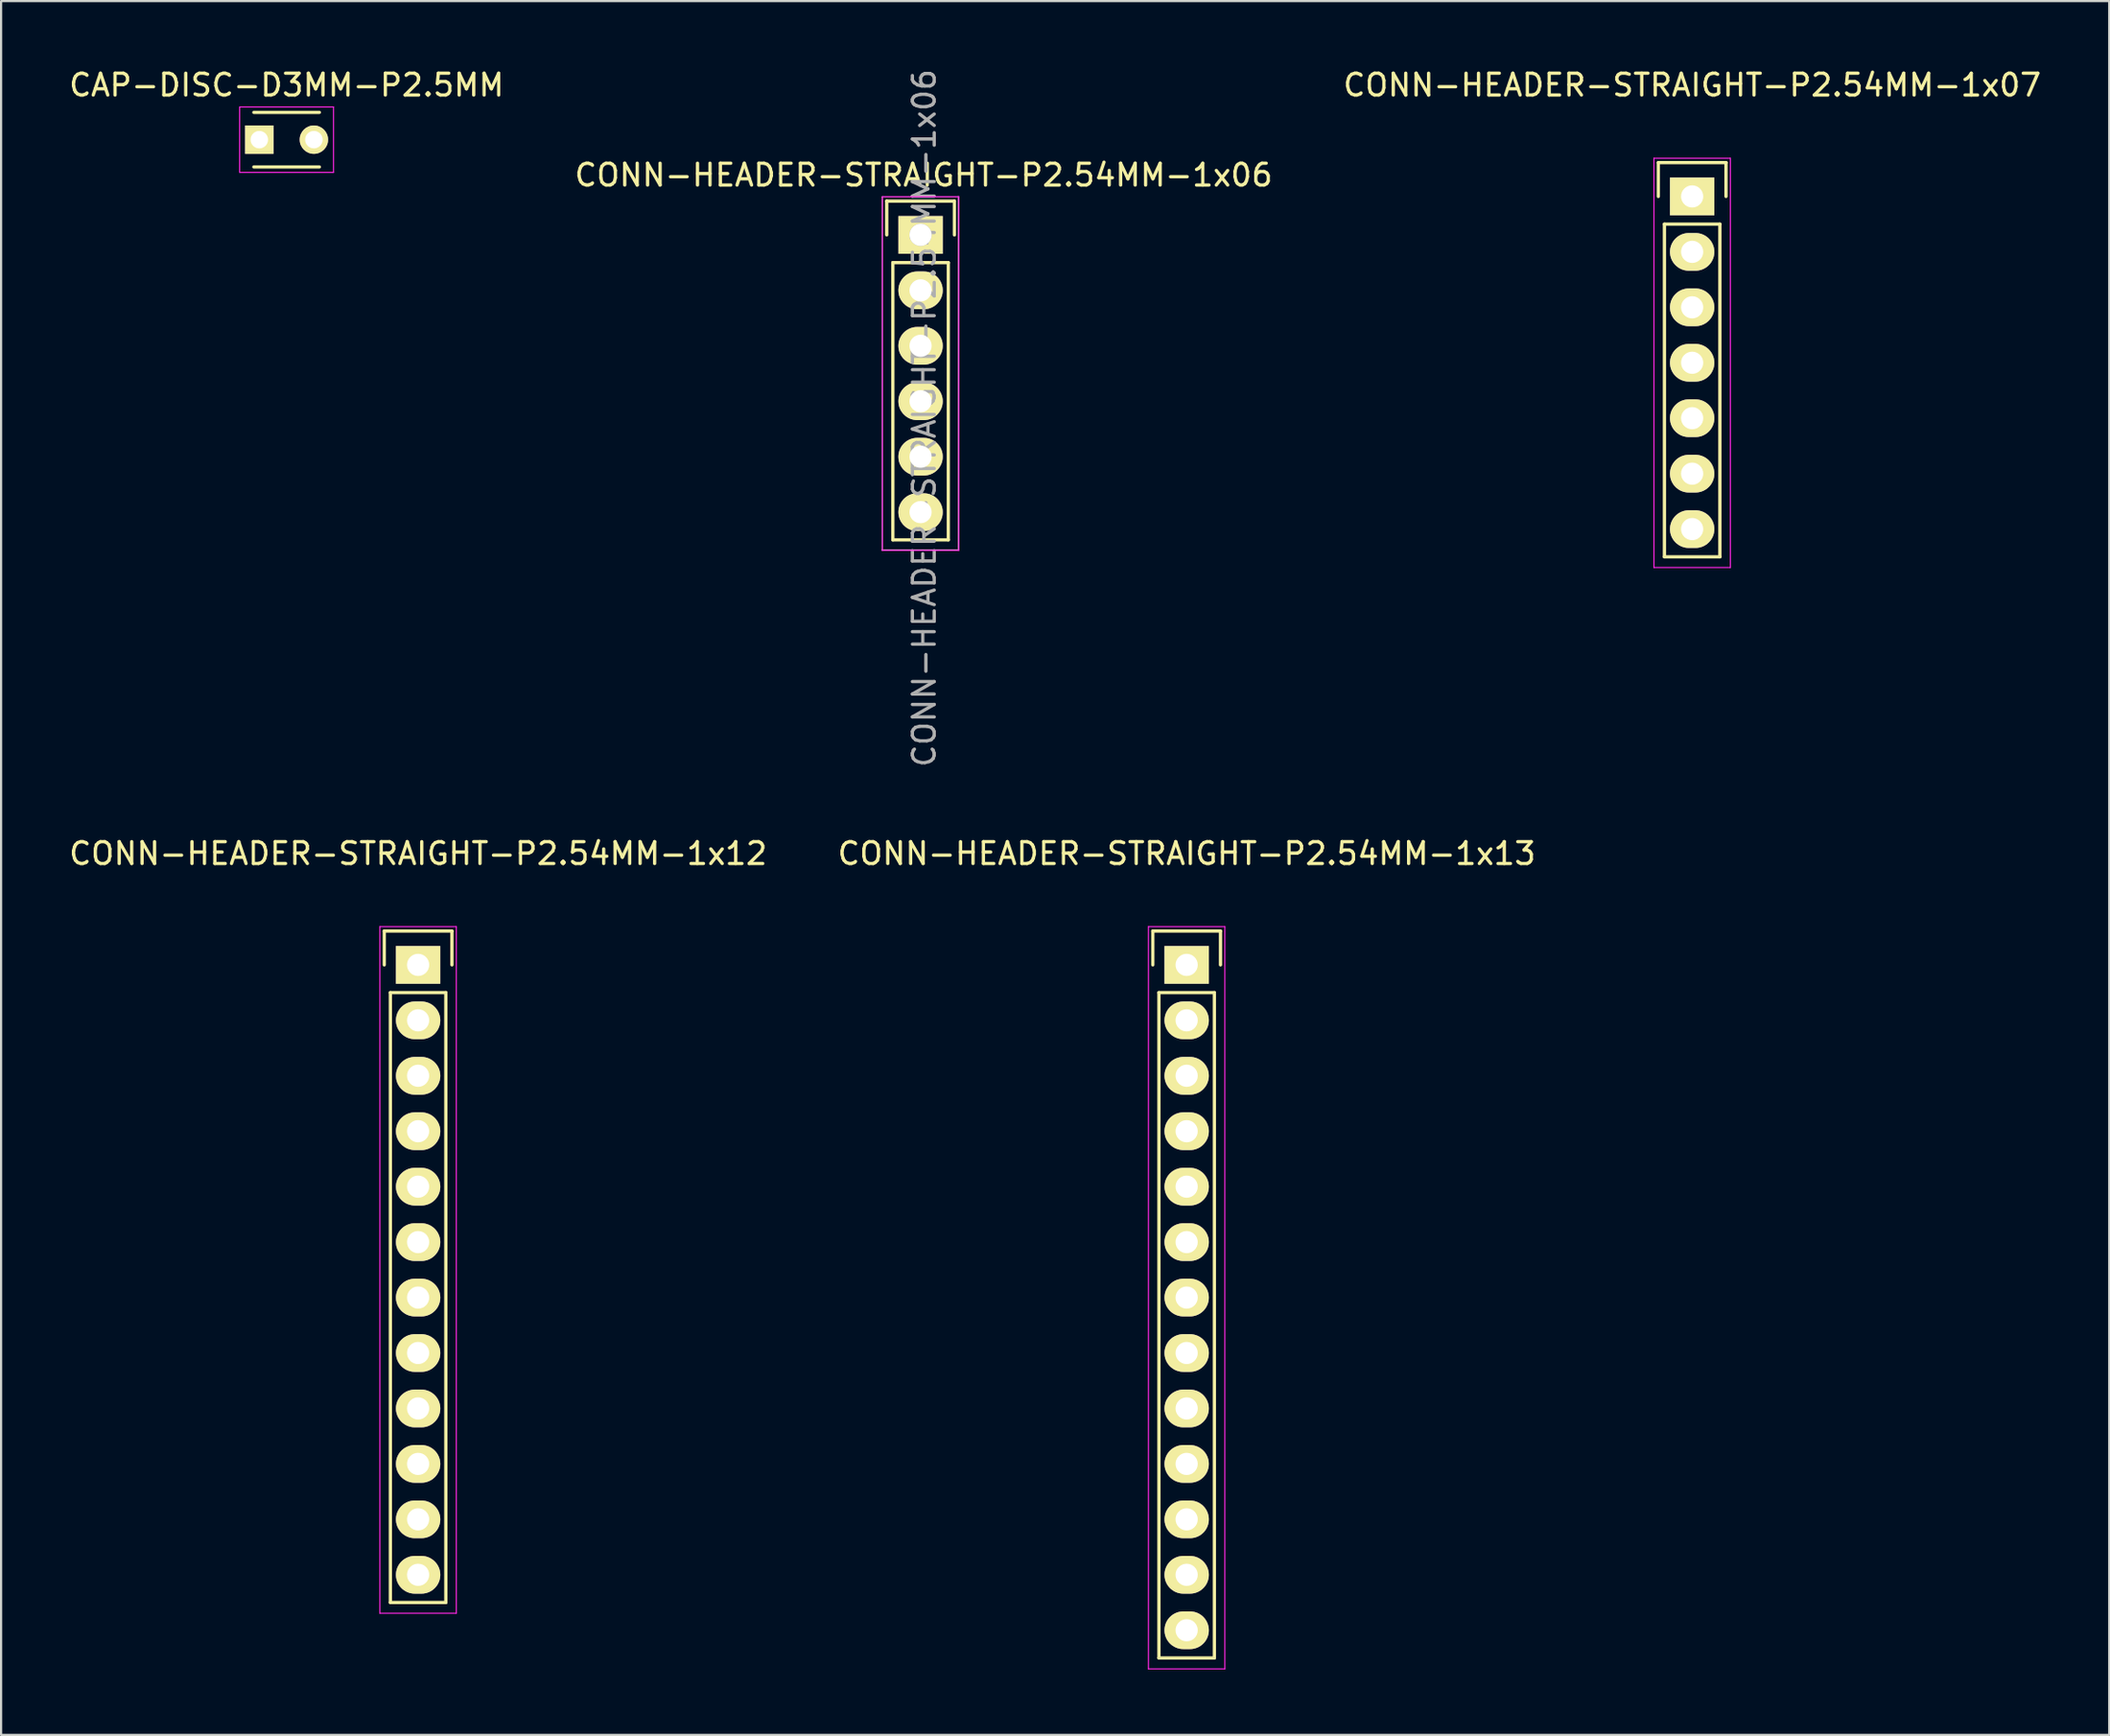
<source format=kicad_pcb>
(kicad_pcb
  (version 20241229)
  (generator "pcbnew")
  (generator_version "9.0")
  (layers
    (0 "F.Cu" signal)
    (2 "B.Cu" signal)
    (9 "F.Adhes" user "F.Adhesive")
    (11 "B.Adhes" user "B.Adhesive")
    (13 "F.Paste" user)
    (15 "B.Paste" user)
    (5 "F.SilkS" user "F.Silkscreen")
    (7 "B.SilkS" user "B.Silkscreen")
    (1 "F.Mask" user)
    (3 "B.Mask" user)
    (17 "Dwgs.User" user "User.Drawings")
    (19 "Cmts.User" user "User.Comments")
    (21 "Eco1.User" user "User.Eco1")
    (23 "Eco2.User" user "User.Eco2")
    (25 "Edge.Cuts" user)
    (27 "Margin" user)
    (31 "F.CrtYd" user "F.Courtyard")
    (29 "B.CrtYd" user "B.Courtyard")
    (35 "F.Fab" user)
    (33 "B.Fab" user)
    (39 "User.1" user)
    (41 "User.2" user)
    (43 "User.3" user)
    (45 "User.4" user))
  (footprint "CONN-HEADER-STRAIGHT-P2.54MM-1x13"
    (layer "F.Cu")
    (at 51.304 41.151)
    (property "Reference" "CONN-HEADER-STRAIGHT-P2.54MM-1x13" (at 0 -5.1 0) (layer "F.SilkS") (effects (font (size 1 1) (thickness 0.15))))
    (attr through_hole)
    (fp_line (start -1.55 -1.55) (end 1.55 -1.55) (stroke (width 0.15) (type solid)) (layer "F.SilkS"))
    (fp_line (start -1.55 0) (end -1.55 -1.55) (stroke (width 0.15) (type solid)) (layer "F.SilkS"))
    (fp_line (start -1.27 1.27) (end -1.27 31.75) (stroke (width 0.15) (type solid)) (layer "F.SilkS"))
    (fp_line (start -1.27 31.75) (end 1.27 31.75) (stroke (width 0.15) (type solid)) (layer "F.SilkS"))
    (fp_line (start 1.27 1.27) (end -1.27 1.27) (stroke (width 0.15) (type solid)) (layer "F.SilkS"))
    (fp_line (start 1.27 31.75) (end 1.27 1.27) (stroke (width 0.15) (type solid)) (layer "F.SilkS"))
    (fp_line (start 1.55 -1.55) (end 1.55 0) (stroke (width 0.15) (type solid)) (layer "F.SilkS"))
    (fp_line (start -1.75 -1.75) (end -1.75 32.25) (stroke (width 0.05) (type solid)) (layer "F.CrtYd"))
    (fp_line (start -1.75 -1.75) (end 1.75 -1.75) (stroke (width 0.05) (type solid)) (layer "F.CrtYd"))
    (fp_line (start -1.75 32.25) (end 1.75 32.25) (stroke (width 0.05) (type solid)) (layer "F.CrtYd"))
    (fp_line (start 1.75 -1.75) (end 1.75 32.25) (stroke (width 0.05) (type solid)) (layer "F.CrtYd"))
    (pad "1" thru_hole rect (at 0 0) (size 2.032 1.727) (drill 1.016) (layers "*.Cu" "*.Mask" "F.SilkS"))
    (pad "2" thru_hole oval (at 0 2.54) (size 2.032 1.727) (drill 1.016) (layers "*.Cu" "*.Mask" "F.SilkS"))
    (pad "3" thru_hole oval (at 0 5.08) (size 2.032 1.727) (drill 1.016) (layers "*.Cu" "*.Mask" "F.SilkS"))
    (pad "4" thru_hole oval (at 0 7.62) (size 2.032 1.727) (drill 1.016) (layers "*.Cu" "*.Mask" "F.SilkS"))
    (pad "5" thru_hole oval (at 0 10.16) (size 2.032 1.727) (drill 1.016) (layers "*.Cu" "*.Mask" "F.SilkS"))
    (pad "6" thru_hole oval (at 0 12.7) (size 2.032 1.727) (drill 1.016) (layers "*.Cu" "*.Mask" "F.SilkS"))
    (pad "7" thru_hole oval (at 0 15.24) (size 2.032 1.727) (drill 1.016) (layers "*.Cu" "*.Mask" "F.SilkS"))
    (pad "8" thru_hole oval (at 0 17.78) (size 2.032 1.727) (drill 1.016) (layers "*.Cu" "*.Mask" "F.SilkS"))
    (pad "9" thru_hole oval (at 0 20.32) (size 2.032 1.727) (drill 1.016) (layers "*.Cu" "*.Mask" "F.SilkS"))
    (pad "10" thru_hole oval (at 0 22.86) (size 2.032 1.727) (drill 1.016) (layers "*.Cu" "*.Mask" "F.SilkS"))
    (pad "11" thru_hole oval (at 0 25.4) (size 2.032 1.727) (drill 1.016) (layers "*.Cu" "*.Mask" "F.SilkS"))
    (pad "12" thru_hole oval (at 0 27.94) (size 2.032 1.727) (drill 1.016) (layers "*.Cu" "*.Mask" "F.SilkS"))
    (pad "13" thru_hole oval (at 0 30.48) (size 2.032 1.727) (drill 1.016) (layers "*.Cu" "*.Mask" "F.SilkS")))
  (footprint "CAP-DISC-D3MM-P2.5MM"
    (layer "F.Cu")
    (at 8.827 3.348)
    (property "Reference" "CAP-DISC-D3MM-P2.5MM" (at 1.25 -2.5 0) (layer "F.SilkS") (effects (font (size 1 1) (thickness 0.15))))
    (attr through_hole)
    (fp_line (start -0.25 -1.25) (end 2.75 -1.25) (stroke (width 0.15) (type solid)) (layer "F.SilkS"))
    (fp_line (start 2.75 1.25) (end -0.25 1.25) (stroke (width 0.15) (type solid)) (layer "F.SilkS"))
    (fp_line (start -0.9 -1.5) (end 3.4 -1.5) (stroke (width 0.05) (type solid)) (layer "F.CrtYd"))
    (fp_line (start -0.9 1.5) (end -0.9 -1.5) (stroke (width 0.05) (type solid)) (layer "F.CrtYd"))
    (fp_line (start 3.4 -1.5) (end 3.4 1.5) (stroke (width 0.05) (type solid)) (layer "F.CrtYd"))
    (fp_line (start 3.4 1.5) (end -0.9 1.5) (stroke (width 0.05) (type solid)) (layer "F.CrtYd"))
    (pad "1" thru_hole rect (at 0 0) (size 1.3 1.3) (drill 0.8) (layers "*.Cu" "*.Mask" "F.SilkS"))
    (pad "2" thru_hole circle (at 2.5 0) (size 1.3 1.3) (drill 0.8) (layers "*.Cu" "*.Mask" "F.SilkS")))
  (footprint "CONN-HEADER-STRAIGHT-P2.54MM-1x07"
    (layer "F.Cu")
    (at 74.458 5.948)
    (property "Reference" "CONN-HEADER-STRAIGHT-P2.54MM-1x07" (at 0 -5.1 0) (layer "F.SilkS") (effects (font (size 1 1) (thickness 0.15))))
    (attr through_hole)
    (fp_line (start -1.55 -1.55) (end 1.55 -1.55) (stroke (width 0.15) (type solid)) (layer "F.SilkS"))
    (fp_line (start -1.55 0) (end -1.55 -1.55) (stroke (width 0.15) (type solid)) (layer "F.SilkS"))
    (fp_line (start -1.27 16.51) (end -1.27 1.27) (stroke (width 0.15) (type solid)) (layer "F.SilkS"))
    (fp_line (start 1.27 1.27) (end -1.27 1.27) (stroke (width 0.15) (type solid)) (layer "F.SilkS"))
    (fp_line (start 1.27 1.27) (end 1.27 16.51) (stroke (width 0.15) (type solid)) (layer "F.SilkS"))
    (fp_line (start 1.27 16.51) (end -1.27 16.51) (stroke (width 0.15) (type solid)) (layer "F.SilkS"))
    (fp_line (start 1.55 -1.55) (end 1.55 0) (stroke (width 0.15) (type solid)) (layer "F.SilkS"))
    (fp_line (start -1.75 -1.75) (end -1.75 17) (stroke (width 0.05) (type solid)) (layer "F.CrtYd"))
    (fp_line (start -1.75 -1.75) (end 1.75 -1.75) (stroke (width 0.05) (type solid)) (layer "F.CrtYd"))
    (fp_line (start -1.75 17) (end 1.75 17) (stroke (width 0.05) (type solid)) (layer "F.CrtYd"))
    (fp_line (start 1.75 -1.75) (end 1.75 17) (stroke (width 0.05) (type solid)) (layer "F.CrtYd"))
    (pad "1" thru_hole rect (at 0 0) (size 2.032 1.727) (drill 1.016) (layers "*.Cu" "*.Mask" "F.SilkS"))
    (pad "2" thru_hole oval (at 0 2.54) (size 2.032 1.727) (drill 1.016) (layers "*.Cu" "*.Mask" "F.SilkS"))
    (pad "3" thru_hole oval (at 0 5.08) (size 2.032 1.727) (drill 1.016) (layers "*.Cu" "*.Mask" "F.SilkS"))
    (pad "4" thru_hole oval (at 0 7.62) (size 2.032 1.727) (drill 1.016) (layers "*.Cu" "*.Mask" "F.SilkS"))
    (pad "5" thru_hole oval (at 0 10.16) (size 2.032 1.727) (drill 1.016) (layers "*.Cu" "*.Mask" "F.SilkS"))
    (pad "6" thru_hole oval (at 0 12.7) (size 2.032 1.727) (drill 1.016) (layers "*.Cu" "*.Mask" "F.SilkS"))
    (pad "7" thru_hole oval (at 0 15.24) (size 2.032 1.727) (drill 1.016) (layers "*.Cu" "*.Mask" "F.SilkS")))
  (footprint "CONN-HEADER-STRAIGHT-P2.54MM-1x06"
    (layer "F.Cu")
    (at 39.116 7.711)
    (property "Reference" "CONN-HEADER-STRAIGHT-P2.54MM-1x06" (at 0.17 8.39 90) (layer "F.Fab") (effects (font (size 1 1) (thickness 0.15))))
    (attr through_hole)
    (fp_line (start -1.55 -1.55) (end 1.55 -1.55) (stroke (width 0.15) (type solid)) (layer "F.SilkS"))
    (fp_line (start -1.55 0) (end -1.55 -1.55) (stroke (width 0.15) (type solid)) (layer "F.SilkS"))
    (fp_line (start -1.27 13.97) (end -1.27 1.27) (stroke (width 0.15) (type solid)) (layer "F.SilkS"))
    (fp_line (start 1.27 1.27) (end -1.27 1.27) (stroke (width 0.15) (type solid)) (layer "F.SilkS"))
    (fp_line (start 1.27 1.27) (end 1.27 13.97) (stroke (width 0.15) (type solid)) (layer "F.SilkS"))
    (fp_line (start 1.27 13.97) (end -1.27 13.97) (stroke (width 0.15) (type solid)) (layer "F.SilkS"))
    (fp_line (start 1.55 -1.55) (end 1.55 0) (stroke (width 0.15) (type solid)) (layer "F.SilkS"))
    (fp_line (start -1.75 -1.75) (end -1.75 14.45) (stroke (width 0.05) (type solid)) (layer "F.CrtYd"))
    (fp_line (start -1.75 -1.75) (end 1.75 -1.75) (stroke (width 0.05) (type solid)) (layer "F.CrtYd"))
    (fp_line (start -1.75 14.45) (end 1.75 14.45) (stroke (width 0.05) (type solid)) (layer "F.CrtYd"))
    (fp_line (start 1.75 -1.75) (end 1.75 14.45) (stroke (width 0.05) (type solid)) (layer "F.CrtYd"))
    (fp_line (start -1.77 14.43) (end 1.73 14.43) (stroke (width 0.05) (type solid)) (layer "F.Fab"))
    (fp_line (start -1.76 -1.74) (end 1.74 -1.74) (stroke (width 0.05) (type solid)) (layer "F.Fab"))
    (fp_line (start -1.75 -1.75) (end -1.75 14.45) (stroke (width 0.05) (type solid)) (layer "F.Fab"))
    (fp_line (start 1.73 -1.76) (end 1.73 14.44) (stroke (width 0.05) (type solid)) (layer "F.Fab"))
    (fp_circle (center 0 0) (end 0.254 0.254) (stroke (width 0.3) (type solid)) (fill no) (layer "F.Fab"))
    (fp_text user "${REFERENCE}" (at 0.14 -2.74 180) (layer "F.SilkS") (effects (font (size 1 1) (thickness 0.15))))
    (pad "1" thru_hole rect (at 0 0) (size 2.032 1.727) (drill 1.016) (layers "*.Cu" "*.Mask" "F.SilkS"))
    (pad "2" thru_hole oval (at 0 2.54) (size 2.032 1.727) (drill 1.016) (layers "*.Cu" "*.Mask" "F.SilkS"))
    (pad "3" thru_hole oval (at 0 5.08) (size 2.032 1.727) (drill 1.016) (layers "*.Cu" "*.Mask" "F.SilkS"))
    (pad "4" thru_hole oval (at 0 7.62) (size 2.032 1.727) (drill 1.016) (layers "*.Cu" "*.Mask" "F.SilkS"))
    (pad "5" thru_hole oval (at 0 10.16) (size 2.032 1.727) (drill 1.016) (layers "*.Cu" "*.Mask" "F.SilkS"))
    (pad "6" thru_hole oval (at 0 12.7) (size 2.032 1.727) (drill 1.016) (layers "*.Cu" "*.Mask" "F.SilkS")))
  (footprint "CONN-HEADER-STRAIGHT-P2.54MM-1x12"
    (layer "F.Cu")
    (at 16.101 41.151)
    (property "Reference" "CONN-HEADER-STRAIGHT-P2.54MM-1x12" (at 0 -5.1 0) (layer "F.SilkS") (effects (font (size 1 1) (thickness 0.15))))
    (attr through_hole)
    (fp_line (start -1.55 -1.55) (end 1.55 -1.55) (stroke (width 0.15) (type solid)) (layer "F.SilkS"))
    (fp_line (start -1.55 0) (end -1.55 -1.55) (stroke (width 0.15) (type solid)) (layer "F.SilkS"))
    (fp_line (start -1.27 29.21) (end -1.27 1.27) (stroke (width 0.15) (type solid)) (layer "F.SilkS"))
    (fp_line (start 1.27 1.27) (end -1.27 1.27) (stroke (width 0.15) (type solid)) (layer "F.SilkS"))
    (fp_line (start 1.27 1.27) (end 1.27 29.21) (stroke (width 0.15) (type solid)) (layer "F.SilkS"))
    (fp_line (start 1.27 29.21) (end -1.27 29.21) (stroke (width 0.15) (type solid)) (layer "F.SilkS"))
    (fp_line (start 1.55 -1.55) (end 1.55 0) (stroke (width 0.15) (type solid)) (layer "F.SilkS"))
    (fp_line (start -1.75 -1.75) (end -1.75 29.7) (stroke (width 0.05) (type solid)) (layer "F.CrtYd"))
    (fp_line (start -1.75 -1.75) (end 1.75 -1.75) (stroke (width 0.05) (type solid)) (layer "F.CrtYd"))
    (fp_line (start -1.75 29.7) (end 1.75 29.7) (stroke (width 0.05) (type solid)) (layer "F.CrtYd"))
    (fp_line (start 1.75 -1.75) (end 1.75 29.7) (stroke (width 0.05) (type solid)) (layer "F.CrtYd"))
    (pad "1" thru_hole rect (at 0 0) (size 2.032 1.727) (drill 1.016) (layers "*.Cu" "*.Mask" "F.SilkS"))
    (pad "2" thru_hole oval (at 0 2.54) (size 2.032 1.727) (drill 1.016) (layers "*.Cu" "*.Mask" "F.SilkS"))
    (pad "3" thru_hole oval (at 0 5.08) (size 2.032 1.727) (drill 1.016) (layers "*.Cu" "*.Mask" "F.SilkS"))
    (pad "4" thru_hole oval (at 0 7.62) (size 2.032 1.727) (drill 1.016) (layers "*.Cu" "*.Mask" "F.SilkS"))
    (pad "5" thru_hole oval (at 0 10.16) (size 2.032 1.727) (drill 1.016) (layers "*.Cu" "*.Mask" "F.SilkS"))
    (pad "6" thru_hole oval (at 0 12.7) (size 2.032 1.727) (drill 1.016) (layers "*.Cu" "*.Mask" "F.SilkS"))
    (pad "7" thru_hole oval (at 0 15.24) (size 2.032 1.727) (drill 1.016) (layers "*.Cu" "*.Mask" "F.SilkS"))
    (pad "8" thru_hole oval (at 0 17.78) (size 2.032 1.727) (drill 1.016) (layers "*.Cu" "*.Mask" "F.SilkS"))
    (pad "9" thru_hole oval (at 0 20.32) (size 2.032 1.727) (drill 1.016) (layers "*.Cu" "*.Mask" "F.SilkS"))
    (pad "10" thru_hole oval (at 0 22.86) (size 2.032 1.727) (drill 1.016) (layers "*.Cu" "*.Mask" "F.SilkS"))
    (pad "11" thru_hole oval (at 0 25.4) (size 2.032 1.727) (drill 1.016) (layers "*.Cu" "*.Mask" "F.SilkS"))
    (pad "12" thru_hole oval (at 0 27.94) (size 2.032 1.727) (drill 1.016) (layers "*.Cu" "*.Mask" "F.SilkS")))
  (gr_rect
    (start -3 -3)
    (end 93.56 76.426)
    (stroke (width 0.1) (type default))
    (fill no)
    (layer "Edge.Cuts")))
</source>
